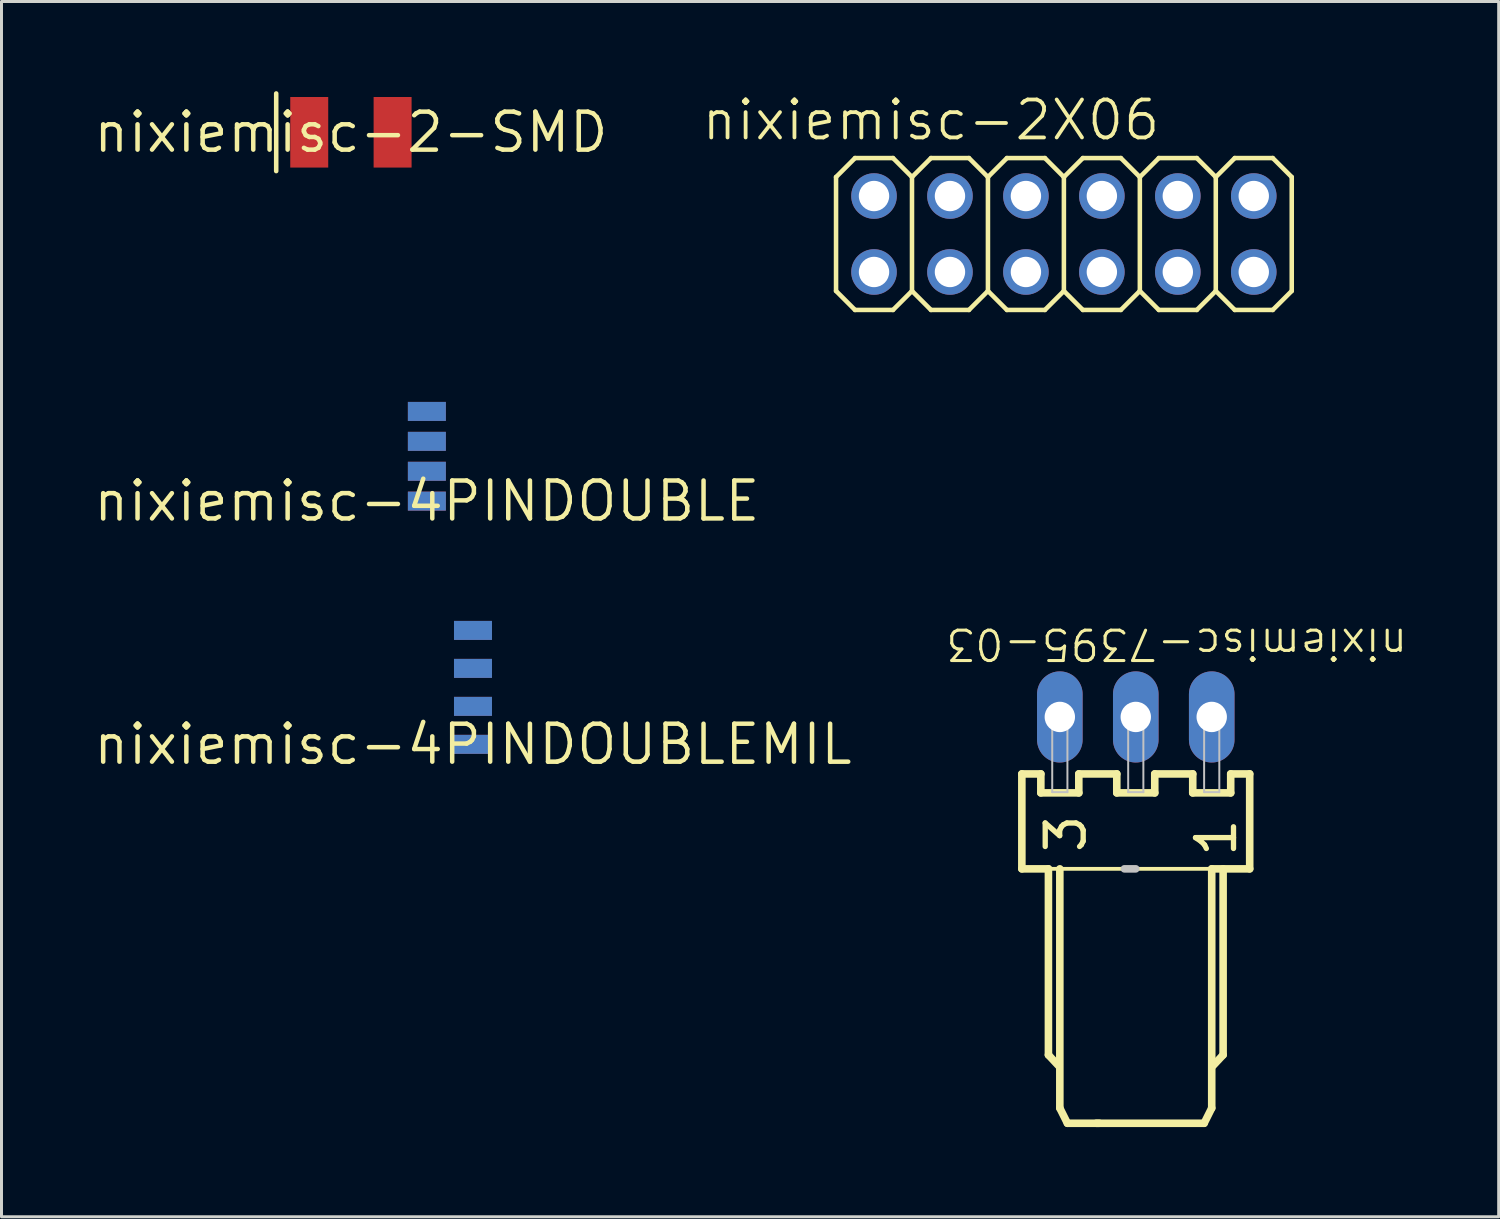
<source format=kicad_pcb>
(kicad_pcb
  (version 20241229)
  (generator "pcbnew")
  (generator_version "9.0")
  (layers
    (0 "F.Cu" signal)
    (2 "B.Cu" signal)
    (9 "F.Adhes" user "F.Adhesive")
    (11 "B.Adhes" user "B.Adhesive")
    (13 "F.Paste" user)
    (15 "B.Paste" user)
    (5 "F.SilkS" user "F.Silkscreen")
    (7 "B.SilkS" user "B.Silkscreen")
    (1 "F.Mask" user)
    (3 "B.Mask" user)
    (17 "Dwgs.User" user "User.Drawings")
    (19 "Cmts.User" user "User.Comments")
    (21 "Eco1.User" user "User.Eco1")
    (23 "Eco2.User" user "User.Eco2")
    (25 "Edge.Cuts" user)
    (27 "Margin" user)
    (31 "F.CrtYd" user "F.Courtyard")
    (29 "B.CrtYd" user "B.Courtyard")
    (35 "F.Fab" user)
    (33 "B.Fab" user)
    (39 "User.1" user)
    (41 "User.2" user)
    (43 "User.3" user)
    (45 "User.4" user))
  (footprint "nixiemisc-4PINDOUBLE"
    (layer "F.Cu")
    (at 11.226 13.709)
    (property "Reference" "nixiemisc-4PINDOUBLE" (at 0 0 0) (unlocked yes) (layer "F.SilkS") (effects (font (size 1.27 1.27) (thickness 0.15))))
    (attr smd)
    (pad "P$1" smd rect (at 0 0) (size 1.27 0.635) (layers "F.Cu" "F.Mask" "F.Paste"))
    (pad "P$2" smd rect (at 0 -0.998) (size 1.27 0.635) (layers "F.Cu" "F.Mask" "F.Paste"))
    (pad "P$3" smd rect (at 0 -1.999) (size 1.27 0.635) (layers "F.Cu" "F.Mask" "F.Paste"))
    (pad "P$4" smd rect (at 0 -3) (size 1.27 0.635) (layers "F.Cu" "F.Mask" "F.Paste"))
    (pad "P$5" smd rect (at 0 0) (size 1.27 0.635) (layers "B.Cu" "B.Mask"))
    (pad "P$6" smd rect (at 0 -0.998) (size 1.27 0.635) (layers "B.Cu" "B.Mask"))
    (pad "P$7" smd rect (at 0 -1.999) (size 1.27 0.635) (layers "B.Cu" "B.Mask"))
    (pad "P$8" smd rect (at 0 -3) (size 1.27 0.635) (layers "B.Cu" "B.Mask")))
  (footprint "nixiemisc-2X06"
    (layer "F.Cu")
    (at 32.53 4.776)
    (property "Reference" "nixiemisc-2X06" (at -4.445 -3.81 0) (unlocked yes) (layer "F.SilkS") (effects (font (size 1.27 1.27) (thickness 0.127))))
    (attr exclude_from_pos_files exclude_from_bom)
    (fp_line (start -7.62 -1.905) (end -6.985 -2.54) (stroke (width 0.152) (type solid)) (layer "F.SilkS"))
    (fp_line (start -7.62 1.905) (end -7.62 -1.905) (stroke (width 0.152) (type solid)) (layer "F.SilkS"))
    (fp_line (start -7.62 1.905) (end -6.985 2.54) (stroke (width 0.152) (type solid)) (layer "F.SilkS"))
    (fp_line (start -6.985 -2.54) (end -5.715 -2.54) (stroke (width 0.152) (type solid)) (layer "F.SilkS"))
    (fp_line (start -6.985 2.54) (end -5.715 2.54) (stroke (width 0.152) (type solid)) (layer "F.SilkS"))
    (fp_line (start -5.715 -2.54) (end -5.08 -1.905) (stroke (width 0.152) (type solid)) (layer "F.SilkS"))
    (fp_line (start -5.715 2.54) (end -5.08 1.905) (stroke (width 0.152) (type solid)) (layer "F.SilkS"))
    (fp_line (start -5.08 -1.905) (end -5.08 1.905) (stroke (width 0.152) (type solid)) (layer "F.SilkS"))
    (fp_line (start -5.08 -1.905) (end -4.445 -2.54) (stroke (width 0.152) (type solid)) (layer "F.SilkS"))
    (fp_line (start -5.08 1.905) (end -4.445 2.54) (stroke (width 0.152) (type solid)) (layer "F.SilkS"))
    (fp_line (start -4.445 -2.54) (end -3.175 -2.54) (stroke (width 0.152) (type solid)) (layer "F.SilkS"))
    (fp_line (start -4.445 2.54) (end -3.175 2.54) (stroke (width 0.152) (type solid)) (layer "F.SilkS"))
    (fp_line (start -3.175 -2.54) (end -2.54 -1.905) (stroke (width 0.152) (type solid)) (layer "F.SilkS"))
    (fp_line (start -3.175 2.54) (end -2.54 1.905) (stroke (width 0.152) (type solid)) (layer "F.SilkS"))
    (fp_line (start -2.54 -1.905) (end -2.54 1.905) (stroke (width 0.152) (type solid)) (layer "F.SilkS"))
    (fp_line (start -2.54 -1.905) (end -1.905 -2.54) (stroke (width 0.152) (type solid)) (layer "F.SilkS"))
    (fp_line (start -2.54 1.905) (end -1.905 2.54) (stroke (width 0.152) (type solid)) (layer "F.SilkS"))
    (fp_line (start -1.905 -2.54) (end -0.635 -2.54) (stroke (width 0.152) (type solid)) (layer "F.SilkS"))
    (fp_line (start -1.905 2.54) (end -0.635 2.54) (stroke (width 0.152) (type solid)) (layer "F.SilkS"))
    (fp_line (start -0.635 -2.54) (end 0 -1.905) (stroke (width 0.152) (type solid)) (layer "F.SilkS"))
    (fp_line (start -0.635 2.54) (end 0 1.905) (stroke (width 0.152) (type solid)) (layer "F.SilkS"))
    (fp_line (start 0 -1.905) (end 0 1.905) (stroke (width 0.152) (type solid)) (layer "F.SilkS"))
    (fp_line (start 0 -1.905) (end 0.635 -2.54) (stroke (width 0.152) (type solid)) (layer "F.SilkS"))
    (fp_line (start 0 1.905) (end 0.635 2.54) (stroke (width 0.152) (type solid)) (layer "F.SilkS"))
    (fp_line (start 0.635 -2.54) (end 1.905 -2.54) (stroke (width 0.152) (type solid)) (layer "F.SilkS"))
    (fp_line (start 0.635 2.54) (end 1.905 2.54) (stroke (width 0.152) (type solid)) (layer "F.SilkS"))
    (fp_line (start 1.905 -2.54) (end 2.54 -1.905) (stroke (width 0.152) (type solid)) (layer "F.SilkS"))
    (fp_line (start 1.905 2.54) (end 2.54 1.905) (stroke (width 0.152) (type solid)) (layer "F.SilkS"))
    (fp_line (start 2.54 -1.905) (end 2.54 1.905) (stroke (width 0.152) (type solid)) (layer "F.SilkS"))
    (fp_line (start 2.54 -1.905) (end 3.175 -2.54) (stroke (width 0.152) (type solid)) (layer "F.SilkS"))
    (fp_line (start 2.54 1.905) (end 3.175 2.54) (stroke (width 0.152) (type solid)) (layer "F.SilkS"))
    (fp_line (start 3.175 -2.54) (end 4.445 -2.54) (stroke (width 0.152) (type solid)) (layer "F.SilkS"))
    (fp_line (start 3.175 2.54) (end 4.445 2.54) (stroke (width 0.152) (type solid)) (layer "F.SilkS"))
    (fp_line (start 4.445 -2.54) (end 5.08 -1.905) (stroke (width 0.152) (type solid)) (layer "F.SilkS"))
    (fp_line (start 4.445 2.54) (end 5.08 1.905) (stroke (width 0.152) (type solid)) (layer "F.SilkS"))
    (fp_line (start 5.08 -1.905) (end 5.08 1.905) (stroke (width 0.152) (type solid)) (layer "F.SilkS"))
    (fp_line (start 5.08 -1.905) (end 5.715 -2.54) (stroke (width 0.152) (type solid)) (layer "F.SilkS"))
    (fp_line (start 5.08 1.905) (end 5.715 2.54) (stroke (width 0.152) (type solid)) (layer "F.SilkS"))
    (fp_line (start 5.715 -2.54) (end 6.985 -2.54) (stroke (width 0.152) (type solid)) (layer "F.SilkS"))
    (fp_line (start 5.715 2.54) (end 6.985 2.54) (stroke (width 0.152) (type solid)) (layer "F.SilkS"))
    (fp_line (start 6.985 -2.54) (end 7.62 -1.905) (stroke (width 0.152) (type solid)) (layer "F.SilkS"))
    (fp_line (start 6.985 2.54) (end 7.62 1.905) (stroke (width 0.152) (type solid)) (layer "F.SilkS"))
    (fp_line (start 7.62 -1.905) (end 7.62 1.905) (stroke (width 0.152) (type solid)) (layer "F.SilkS"))
    (fp_line (start -6.604 -1.524) (end -6.096 -1.524) (stroke (width 0.066) (type solid)) (layer "Dwgs.User"))
    (fp_line (start -6.604 -1.016) (end -6.604 -1.524) (stroke (width 0.066) (type solid)) (layer "Dwgs.User"))
    (fp_line (start -6.604 -1.016) (end -6.096 -1.016) (stroke (width 0.066) (type solid)) (layer "Dwgs.User"))
    (fp_line (start -6.604 1.016) (end -6.096 1.016) (stroke (width 0.066) (type solid)) (layer "Dwgs.User"))
    (fp_line (start -6.604 1.524) (end -6.604 1.016) (stroke (width 0.066) (type solid)) (layer "Dwgs.User"))
    (fp_line (start -6.604 1.524) (end -6.096 1.524) (stroke (width 0.066) (type solid)) (layer "Dwgs.User"))
    (fp_line (start -6.096 -1.016) (end -6.096 -1.524) (stroke (width 0.066) (type solid)) (layer "Dwgs.User"))
    (fp_line (start -6.096 1.524) (end -6.096 1.016) (stroke (width 0.066) (type solid)) (layer "Dwgs.User"))
    (fp_line (start -4.064 -1.524) (end -3.556 -1.524) (stroke (width 0.066) (type solid)) (layer "Dwgs.User"))
    (fp_line (start -4.064 -1.016) (end -4.064 -1.524) (stroke (width 0.066) (type solid)) (layer "Dwgs.User"))
    (fp_line (start -4.064 -1.016) (end -3.556 -1.016) (stroke (width 0.066) (type solid)) (layer "Dwgs.User"))
    (fp_line (start -4.064 1.016) (end -3.556 1.016) (stroke (width 0.066) (type solid)) (layer "Dwgs.User"))
    (fp_line (start -4.064 1.524) (end -4.064 1.016) (stroke (width 0.066) (type solid)) (layer "Dwgs.User"))
    (fp_line (start -4.064 1.524) (end -3.556 1.524) (stroke (width 0.066) (type solid)) (layer "Dwgs.User"))
    (fp_line (start -3.556 -1.016) (end -3.556 -1.524) (stroke (width 0.066) (type solid)) (layer "Dwgs.User"))
    (fp_line (start -3.556 1.524) (end -3.556 1.016) (stroke (width 0.066) (type solid)) (layer "Dwgs.User"))
    (fp_line (start -1.524 -1.524) (end -1.016 -1.524) (stroke (width 0.066) (type solid)) (layer "Dwgs.User"))
    (fp_line (start -1.524 -1.016) (end -1.524 -1.524) (stroke (width 0.066) (type solid)) (layer "Dwgs.User"))
    (fp_line (start -1.524 -1.016) (end -1.016 -1.016) (stroke (width 0.066) (type solid)) (layer "Dwgs.User"))
    (fp_line (start -1.524 1.016) (end -1.016 1.016) (stroke (width 0.066) (type solid)) (layer "Dwgs.User"))
    (fp_line (start -1.524 1.524) (end -1.524 1.016) (stroke (width 0.066) (type solid)) (layer "Dwgs.User"))
    (fp_line (start -1.524 1.524) (end -1.016 1.524) (stroke (width 0.066) (type solid)) (layer "Dwgs.User"))
    (fp_line (start -1.016 -1.016) (end -1.016 -1.524) (stroke (width 0.066) (type solid)) (layer "Dwgs.User"))
    (fp_line (start -1.016 1.524) (end -1.016 1.016) (stroke (width 0.066) (type solid)) (layer "Dwgs.User"))
    (fp_line (start 1.016 -1.524) (end 1.524 -1.524) (stroke (width 0.066) (type solid)) (layer "Dwgs.User"))
    (fp_line (start 1.016 -1.016) (end 1.016 -1.524) (stroke (width 0.066) (type solid)) (layer "Dwgs.User"))
    (fp_line (start 1.016 -1.016) (end 1.524 -1.016) (stroke (width 0.066) (type solid)) (layer "Dwgs.User"))
    (fp_line (start 1.016 1.016) (end 1.524 1.016) (stroke (width 0.066) (type solid)) (layer "Dwgs.User"))
    (fp_line (start 1.016 1.524) (end 1.016 1.016) (stroke (width 0.066) (type solid)) (layer "Dwgs.User"))
    (fp_line (start 1.016 1.524) (end 1.524 1.524) (stroke (width 0.066) (type solid)) (layer "Dwgs.User"))
    (fp_line (start 1.524 -1.016) (end 1.524 -1.524) (stroke (width 0.066) (type solid)) (layer "Dwgs.User"))
    (fp_line (start 1.524 1.524) (end 1.524 1.016) (stroke (width 0.066) (type solid)) (layer "Dwgs.User"))
    (fp_line (start 3.556 -1.524) (end 4.064 -1.524) (stroke (width 0.066) (type solid)) (layer "Dwgs.User"))
    (fp_line (start 3.556 -1.016) (end 3.556 -1.524) (stroke (width 0.066) (type solid)) (layer "Dwgs.User"))
    (fp_line (start 3.556 -1.016) (end 4.064 -1.016) (stroke (width 0.066) (type solid)) (layer "Dwgs.User"))
    (fp_line (start 3.556 1.016) (end 4.064 1.016) (stroke (width 0.066) (type solid)) (layer "Dwgs.User"))
    (fp_line (start 3.556 1.524) (end 3.556 1.016) (stroke (width 0.066) (type solid)) (layer "Dwgs.User"))
    (fp_line (start 3.556 1.524) (end 4.064 1.524) (stroke (width 0.066) (type solid)) (layer "Dwgs.User"))
    (fp_line (start 4.064 -1.016) (end 4.064 -1.524) (stroke (width 0.066) (type solid)) (layer "Dwgs.User"))
    (fp_line (start 4.064 1.524) (end 4.064 1.016) (stroke (width 0.066) (type solid)) (layer "Dwgs.User"))
    (fp_line (start 6.096 -1.524) (end 6.604 -1.524) (stroke (width 0.066) (type solid)) (layer "Dwgs.User"))
    (fp_line (start 6.096 -1.016) (end 6.096 -1.524) (stroke (width 0.066) (type solid)) (layer "Dwgs.User"))
    (fp_line (start 6.096 -1.016) (end 6.604 -1.016) (stroke (width 0.066) (type solid)) (layer "Dwgs.User"))
    (fp_line (start 6.096 1.016) (end 6.604 1.016) (stroke (width 0.066) (type solid)) (layer "Dwgs.User"))
    (fp_line (start 6.096 1.524) (end 6.096 1.016) (stroke (width 0.066) (type solid)) (layer "Dwgs.User"))
    (fp_line (start 6.096 1.524) (end 6.604 1.524) (stroke (width 0.066) (type solid)) (layer "Dwgs.User"))
    (fp_line (start 6.604 -1.016) (end 6.604 -1.524) (stroke (width 0.066) (type solid)) (layer "Dwgs.User"))
    (fp_line (start 6.604 1.524) (end 6.604 1.016) (stroke (width 0.066) (type solid)) (layer "Dwgs.User"))
    (pad "1" thru_hole circle (at -6.35 1.27) (size 1.524 1.524) (drill 1.016) (layers "*.Cu" "*.Mask"))
    (pad "2" thru_hole circle (at -6.35 -1.27) (size 1.524 1.524) (drill 1.016) (layers "*.Cu" "*.Mask"))
    (pad "3" thru_hole circle (at -3.81 1.27) (size 1.524 1.524) (drill 1.016) (layers "*.Cu" "*.Mask"))
    (pad "4" thru_hole circle (at -3.81 -1.27) (size 1.524 1.524) (drill 1.016) (layers "*.Cu" "*.Mask"))
    (pad "5" thru_hole circle (at -1.27 1.27) (size 1.524 1.524) (drill 1.016) (layers "*.Cu" "*.Mask"))
    (pad "6" thru_hole circle (at -1.27 -1.27) (size 1.524 1.524) (drill 1.016) (layers "*.Cu" "*.Mask"))
    (pad "7" thru_hole circle (at 1.27 1.27) (size 1.524 1.524) (drill 1.016) (layers "*.Cu" "*.Mask"))
    (pad "8" thru_hole circle (at 1.27 -1.27) (size 1.524 1.524) (drill 1.016) (layers "*.Cu" "*.Mask"))
    (pad "9" thru_hole circle (at 3.81 1.27) (size 1.524 1.524) (drill 1.016) (layers "*.Cu" "*.Mask"))
    (pad "10" thru_hole circle (at 3.81 -1.27) (size 1.524 1.524) (drill 1.016) (layers "*.Cu" "*.Mask"))
    (pad "11" thru_hole circle (at 6.35 1.27) (size 1.524 1.524) (drill 1.016) (layers "*.Cu" "*.Mask"))
    (pad "12" thru_hole circle (at 6.35 -1.27) (size 1.524 1.524) (drill 1.016) (layers "*.Cu" "*.Mask")))
  (footprint "nixiemisc-2-SMD"
    (layer "F.Cu")
    (at 8.686 1.374)
    (property "Reference" "nixiemisc-2-SMD" (at 0 0 0) (unlocked yes) (layer "F.SilkS") (effects (font (size 1.27 1.27) (thickness 0.15))))
    (attr smd)
    (fp_line (start -2.499 -1.298) (end -2.499 1.298) (stroke (width 0.152) (type solid)) (layer "F.SilkS"))
    (pad "1" smd rect (at -1.394 0 90) (size 2.36 1.27) (layers "F.Cu" "F.Mask" "F.Paste"))
    (pad "2" smd rect (at 1.394 0 90) (size 2.36 1.27) (layers "F.Cu" "F.Mask" "F.Paste")))
  (footprint "nixiemisc-7395-03"
    (layer "F.Cu")
    (at 34.934 20.927)
    (property "Reference" "nixiemisc-7395-03" (at 1.369 -2.438 180) (unlocked yes) (layer "F.SilkS") (effects (font (size 1.016 1.016) (thickness 0.102))))
    (attr exclude_from_pos_files exclude_from_bom)
    (fp_line (start -3.81 1.905) (end -3.81 5.08) (stroke (width 0.254) (type solid)) (layer "F.SilkS"))
    (fp_line (start -3.81 5.08) (end -2.921 5.08) (stroke (width 0.254) (type solid)) (layer "F.SilkS"))
    (fp_line (start -3.175 1.905) (end -3.81 1.905) (stroke (width 0.254) (type solid)) (layer "F.SilkS"))
    (fp_line (start -3.175 2.54) (end -3.175 1.905) (stroke (width 0.254) (type solid)) (layer "F.SilkS"))
    (fp_line (start -2.921 5.08) (end -2.921 11.303) (stroke (width 0.254) (type solid)) (layer "F.SilkS"))
    (fp_line (start -2.921 5.08) (end 2.54 5.08) (stroke (width 0.127) (type solid)) (layer "F.SilkS"))
    (fp_line (start -2.921 11.303) (end -2.588 11.659) (stroke (width 0.254) (type solid)) (layer "F.SilkS"))
    (fp_line (start -2.54 5.08) (end -2.54 13.081) (stroke (width 0.254) (type solid)) (layer "F.SilkS"))
    (fp_line (start -2.54 13.081) (end -2.286 13.589) (stroke (width 0.254) (type solid)) (layer "F.SilkS"))
    (fp_line (start -2.286 13.589) (end -1.219 13.589) (stroke (width 0.254) (type solid)) (layer "F.SilkS"))
    (fp_line (start -1.905 1.905) (end -1.905 2.54) (stroke (width 0.254) (type solid)) (layer "F.SilkS"))
    (fp_line (start -1.905 2.54) (end -3.175 2.54) (stroke (width 0.254) (type solid)) (layer "F.SilkS"))
    (fp_line (start -0.635 1.905) (end -1.905 1.905) (stroke (width 0.254) (type solid)) (layer "F.SilkS"))
    (fp_line (start -0.635 2.54) (end -0.635 1.905) (stroke (width 0.254) (type solid)) (layer "F.SilkS"))
    (fp_line (start 0.635 1.905) (end 0.635 2.54) (stroke (width 0.254) (type solid)) (layer "F.SilkS"))
    (fp_line (start 0.635 2.54) (end -0.635 2.54) (stroke (width 0.254) (type solid)) (layer "F.SilkS"))
    (fp_line (start 1.905 1.905) (end 0.635 1.905) (stroke (width 0.254) (type solid)) (layer "F.SilkS"))
    (fp_line (start 1.905 2.54) (end 1.905 1.905) (stroke (width 0.254) (type solid)) (layer "F.SilkS"))
    (fp_line (start 2.286 13.589) (end -1.321 13.589) (stroke (width 0.254) (type solid)) (layer "F.SilkS"))
    (fp_line (start 2.54 5.08) (end 2.54 13.081) (stroke (width 0.254) (type solid)) (layer "F.SilkS"))
    (fp_line (start 2.54 5.08) (end 3.81 5.08) (stroke (width 0.254) (type solid)) (layer "F.SilkS"))
    (fp_line (start 2.54 13.081) (end 2.286 13.589) (stroke (width 0.254) (type solid)) (layer "F.SilkS"))
    (fp_line (start 2.921 5.08) (end 2.921 11.303) (stroke (width 0.254) (type solid)) (layer "F.SilkS"))
    (fp_line (start 2.921 11.303) (end 2.588 11.659) (stroke (width 0.254) (type solid)) (layer "F.SilkS"))
    (fp_line (start 3.175 1.905) (end 3.175 2.54) (stroke (width 0.254) (type solid)) (layer "F.SilkS"))
    (fp_line (start 3.175 2.54) (end 1.905 2.54) (stroke (width 0.254) (type solid)) (layer "F.SilkS"))
    (fp_line (start 3.81 1.905) (end 3.175 1.905) (stroke (width 0.254) (type solid)) (layer "F.SilkS"))
    (fp_line (start 3.81 5.08) (end 3.81 1.905) (stroke (width 0.254) (type solid)) (layer "F.SilkS"))
    (fp_line (start -2.794 -0.254) (end -2.286 -0.254) (stroke (width 0.066) (type solid)) (layer "Dwgs.User"))
    (fp_line (start -2.794 0.254) (end -2.794 -0.254) (stroke (width 0.066) (type solid)) (layer "Dwgs.User"))
    (fp_line (start -2.794 0.254) (end -2.286 0.254) (stroke (width 0.066) (type solid)) (layer "Dwgs.User"))
    (fp_line (start -2.794 0.279) (end -2.286 0.279) (stroke (width 0.066) (type solid)) (layer "Dwgs.User"))
    (fp_line (start -2.794 2.515) (end -2.794 0.279) (stroke (width 0.066) (type solid)) (layer "Dwgs.User"))
    (fp_line (start -2.794 2.515) (end -2.286 2.515) (stroke (width 0.066) (type solid)) (layer "Dwgs.User"))
    (fp_line (start -2.286 0.254) (end -2.286 -0.254) (stroke (width 0.066) (type solid)) (layer "Dwgs.User"))
    (fp_line (start -2.286 2.515) (end -2.286 0.279) (stroke (width 0.066) (type solid)) (layer "Dwgs.User"))
    (fp_line (start -0.254 -0.254) (end 0.254 -0.254) (stroke (width 0.066) (type solid)) (layer "Dwgs.User"))
    (fp_line (start -0.254 0.254) (end -0.254 -0.254) (stroke (width 0.066) (type solid)) (layer "Dwgs.User"))
    (fp_line (start -0.254 0.254) (end 0.254 0.254) (stroke (width 0.066) (type solid)) (layer "Dwgs.User"))
    (fp_line (start -0.254 0.279) (end 0.254 0.279) (stroke (width 0.066) (type solid)) (layer "Dwgs.User"))
    (fp_line (start -0.254 2.515) (end -0.254 0.279) (stroke (width 0.066) (type solid)) (layer "Dwgs.User"))
    (fp_line (start -0.254 2.515) (end 0.254 2.515) (stroke (width 0.066) (type solid)) (layer "Dwgs.User"))
    (fp_line (start 0 5.08) (end -0.381 5.08) (stroke (width 0.254) (type solid)) (layer "Dwgs.User"))
    (fp_line (start 0.254 0.254) (end 0.254 -0.254) (stroke (width 0.066) (type solid)) (layer "Dwgs.User"))
    (fp_line (start 0.254 2.515) (end 0.254 0.279) (stroke (width 0.066) (type solid)) (layer "Dwgs.User"))
    (fp_line (start 2.286 -0.254) (end 2.794 -0.254) (stroke (width 0.066) (type solid)) (layer "Dwgs.User"))
    (fp_line (start 2.286 0.254) (end 2.286 -0.254) (stroke (width 0.066) (type solid)) (layer "Dwgs.User"))
    (fp_line (start 2.286 0.254) (end 2.794 0.254) (stroke (width 0.066) (type solid)) (layer "Dwgs.User"))
    (fp_line (start 2.286 0.279) (end 2.794 0.279) (stroke (width 0.066) (type solid)) (layer "Dwgs.User"))
    (fp_line (start 2.286 2.515) (end 2.286 0.279) (stroke (width 0.066) (type solid)) (layer "Dwgs.User"))
    (fp_line (start 2.286 2.515) (end 2.794 2.515) (stroke (width 0.066) (type solid)) (layer "Dwgs.User"))
    (fp_line (start 2.794 0.254) (end 2.794 -0.254) (stroke (width 0.066) (type solid)) (layer "Dwgs.User"))
    (fp_line (start 2.794 2.515) (end 2.794 0.279) (stroke (width 0.066) (type solid)) (layer "Dwgs.User"))
    (fp_text user "1" (at 2.69 4.036 270) (layer "F.SilkS") (effects (font (size 1.27 1.27) (thickness 0.178))))
    (fp_text user "3" (at -2.337 3.909 270) (layer "F.SilkS") (effects (font (size 1.27 1.27) (thickness 0.178))))
    (pad "1" thru_hole oval (at 2.54 0 180) (size 1.524 3.048) (drill 1.016) (layers "*.Cu" "*.Mask"))
    (pad "2" thru_hole oval (at 0 0 180) (size 1.524 3.048) (drill 1.016) (layers "*.Cu" "*.Mask"))
    (pad "3" thru_hole oval (at -2.54 0 180) (size 1.524 3.048) (drill 1.016) (layers "*.Cu" "*.Mask")))
  (footprint "nixiemisc-4PINDOUBLEMIL"
    (layer "F.Cu")
    (at 12.768 21.843)
    (property "Reference" "nixiemisc-4PINDOUBLEMIL" (at 0 0 0) (unlocked yes) (layer "F.SilkS") (effects (font (size 1.27 1.27) (thickness 0.15))))
    (attr smd)
    (pad "P$1" smd rect (at 0 0) (size 1.27 0.635) (layers "F.Cu" "F.Mask" "F.Paste"))
    (pad "P$2" smd rect (at 0 -1.27) (size 1.27 0.635) (layers "F.Cu" "F.Mask" "F.Paste"))
    (pad "P$3" smd rect (at 0 -2.54) (size 1.27 0.635) (layers "F.Cu" "F.Mask" "F.Paste"))
    (pad "P$4" smd rect (at 0 -3.81) (size 1.27 0.635) (layers "F.Cu" "F.Mask" "F.Paste"))
    (pad "P$5" smd rect (at 0 0) (size 1.27 0.635) (layers "B.Cu" "B.Mask"))
    (pad "P$6" smd rect (at 0 -1.27) (size 1.27 0.635) (layers "B.Cu" "B.Mask"))
    (pad "P$7" smd rect (at 0 -2.54) (size 1.27 0.635) (layers "B.Cu" "B.Mask"))
    (pad "P$8" smd rect (at 0 -3.81) (size 1.27 0.635) (layers "B.Cu" "B.Mask")))
  (gr_rect
    (start -3 -3)
    (end 47.071 37.643)
    (stroke (width 0.1) (type default))
    (fill no)
    (layer "Edge.Cuts")))
</source>
